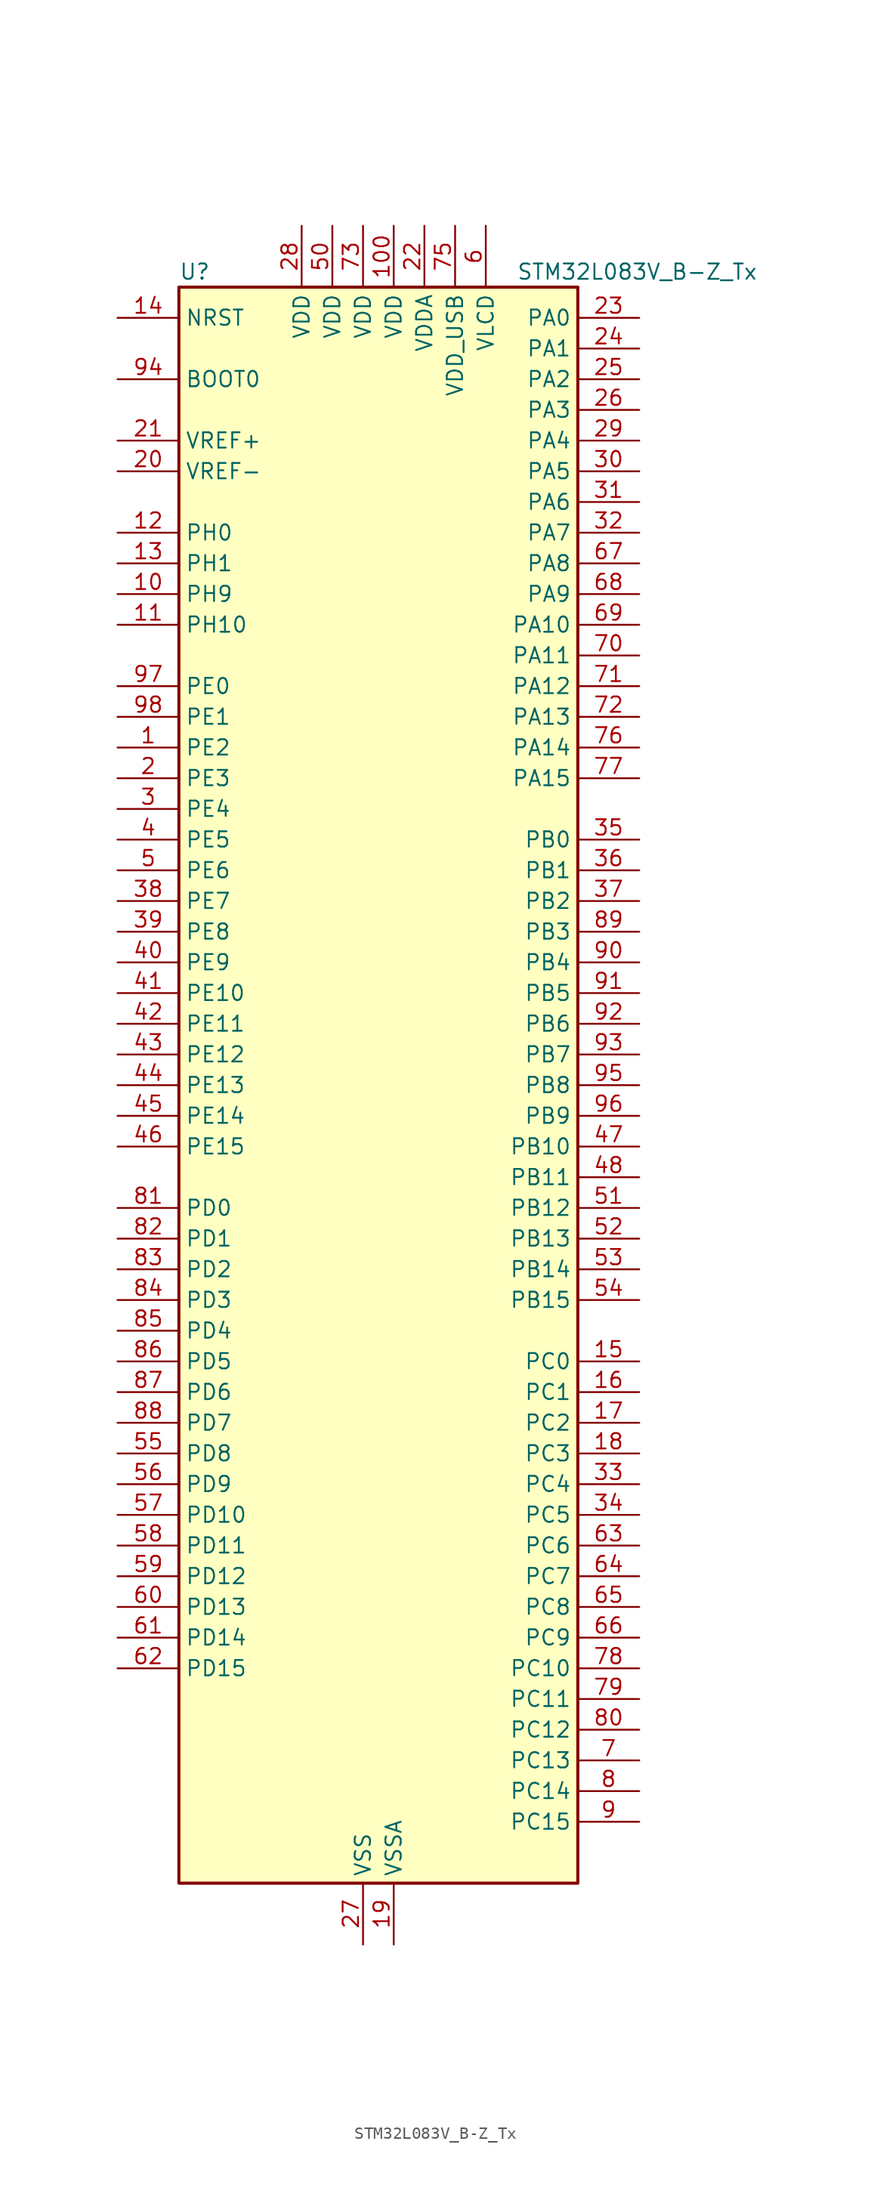
<source format=kicad_sym>
(kicad_symbol_lib
  (version 20220914)
  (generator kicad_symbol_editor)
  (symbol "STM32L083V_B-Z_Tx"
    (property "Reference" "U"
      (at -15.24 67.31 0)
      (effects (font (size 1.27 1.27)) (justify left)))
    (property "Value" "STM32L083V_B-Z_Tx"
      (at 12.7 67.31 0)
      (effects (font (size 1.27 1.27)) (justify left)))
    (property "ki_locked" ""
      (at 0 0 0)
      (effects (font (size 1.27 1.27))))
    (symbol "STM32L083V_B-Z_Tx_0_1"
      (rectangle (start -15.24 -66.04) (end 17.78 66.04) (stroke (width 0.254) (type default)) (fill (type background))))
    (symbol "STM32L083V_B-Z_Tx_1_1"
      (pin bidirectional line (at -20.32 27.94 0) (length 5.08) (name "PE2" (effects (font (size 1.27 1.27)))) (number "1" (effects (font (size 1.27 1.27)))) (alternate "LCD_SEG38" bidirectional line) (alternate "TIM3_ETR" bidirectional line))
      (pin bidirectional line (at -20.32 40.64 0) (length 5.08) (name "PH9" (effects (font (size 1.27 1.27)))) (number "10" (effects (font (size 1.27 1.27)))) (alternate "DAC_EXTI9" bidirectional line))
      (pin power_in line (at 2.54 71.12 270) (length 5.08) (name "VDD" (effects (font (size 1.27 1.27)))) (number "100" (effects (font (size 1.27 1.27)))))
      (pin bidirectional line (at -20.32 38.1 0) (length 5.08) (name "PH10" (effects (font (size 1.27 1.27)))) (number "11" (effects (font (size 1.27 1.27)))))
      (pin bidirectional line (at -20.32 45.72 0) (length 5.08) (name "PH0" (effects (font (size 1.27 1.27)))) (number "12" (effects (font (size 1.27 1.27)))) (alternate "CRS_SYNC" bidirectional line) (alternate "RCC_OSC_IN" bidirectional line))
      (pin bidirectional line (at -20.32 43.18 0) (length 5.08) (name "PH1" (effects (font (size 1.27 1.27)))) (number "13" (effects (font (size 1.27 1.27)))) (alternate "RCC_OSC_OUT" bidirectional line))
      (pin input line (at -20.32 63.5 0) (length 5.08) (name "NRST" (effects (font (size 1.27 1.27)))) (number "14" (effects (font (size 1.27 1.27)))))
      (pin bidirectional line (at 22.86 -22.86 180) (length 5.08) (name "PC0" (effects (font (size 1.27 1.27)))) (number "15" (effects (font (size 1.27 1.27)))) (alternate "ADC_IN10" bidirectional line) (alternate "I2C3_SCL" bidirectional line) (alternate "LCD_SEG18" bidirectional line) (alternate "LPTIM1_IN1" bidirectional line) (alternate "LPUART1_RX" bidirectional line) (alternate "TSC_G7_IO1" bidirectional line))
      (pin bidirectional line (at 22.86 -25.4 180) (length 5.08) (name "PC1" (effects (font (size 1.27 1.27)))) (number "16" (effects (font (size 1.27 1.27)))) (alternate "ADC_IN11" bidirectional line) (alternate "I2C3_SDA" bidirectional line) (alternate "LCD_SEG19" bidirectional line) (alternate "LPTIM1_OUT" bidirectional line) (alternate "LPUART1_TX" bidirectional line) (alternate "TSC_G7_IO2" bidirectional line))
      (pin bidirectional line (at 22.86 -27.94 180) (length 5.08) (name "PC2" (effects (font (size 1.27 1.27)))) (number "17" (effects (font (size 1.27 1.27)))) (alternate "ADC_IN12" bidirectional line) (alternate "I2S2_MCK" bidirectional line) (alternate "LCD_SEG20" bidirectional line) (alternate "LPTIM1_IN2" bidirectional line) (alternate "SPI2_MISO" bidirectional line) (alternate "TSC_G7_IO3" bidirectional line))
      (pin bidirectional line (at 22.86 -30.48 180) (length 5.08) (name "PC3" (effects (font (size 1.27 1.27)))) (number "18" (effects (font (size 1.27 1.27)))) (alternate "ADC_IN13" bidirectional line) (alternate "I2S2_SD" bidirectional line) (alternate "LCD_SEG21" bidirectional line) (alternate "LPTIM1_ETR" bidirectional line) (alternate "SPI2_MOSI" bidirectional line) (alternate "TSC_G7_IO4" bidirectional line))
      (pin power_in line (at 2.54 -71.12 90) (length 5.08) (name "VSSA" (effects (font (size 1.27 1.27)))) (number "19" (effects (font (size 1.27 1.27)))))
      (pin bidirectional line (at -20.32 25.4 0) (length 5.08) (name "PE3" (effects (font (size 1.27 1.27)))) (number "2" (effects (font (size 1.27 1.27)))) (alternate "LCD_SEG39" bidirectional line) (alternate "TIM22_CH1" bidirectional line) (alternate "TIM3_CH1" bidirectional line))
      (pin input line (at -20.32 50.8 0) (length 5.08) (name "VREF-" (effects (font (size 1.27 1.27)))) (number "20" (effects (font (size 1.27 1.27)))))
      (pin input line (at -20.32 53.34 0) (length 5.08) (name "VREF+" (effects (font (size 1.27 1.27)))) (number "21" (effects (font (size 1.27 1.27)))))
      (pin power_in line (at 5.08 71.12 270) (length 5.08) (name "VDDA" (effects (font (size 1.27 1.27)))) (number "22" (effects (font (size 1.27 1.27)))))
      (pin bidirectional line (at 22.86 63.5 180) (length 5.08) (name "PA0" (effects (font (size 1.27 1.27)))) (number "23" (effects (font (size 1.27 1.27)))) (alternate "ADC_IN0" bidirectional line) (alternate "COMP1_INM" bidirectional line) (alternate "COMP1_OUT" bidirectional line) (alternate "RTC_TAMP2" bidirectional line) (alternate "SYS_WKUP1" bidirectional line) (alternate "TIM2_CH1" bidirectional line) (alternate "TIM2_ETR" bidirectional line) (alternate "TSC_G1_IO1" bidirectional line) (alternate "USART2_CTS" bidirectional line) (alternate "USART4_TX" bidirectional line))
      (pin bidirectional line (at 22.86 60.96 180) (length 5.08) (name "PA1" (effects (font (size 1.27 1.27)))) (number "24" (effects (font (size 1.27 1.27)))) (alternate "ADC_IN1" bidirectional line) (alternate "COMP1_INP" bidirectional line) (alternate "LCD_SEG0" bidirectional line) (alternate "TIM21_ETR" bidirectional line) (alternate "TIM2_CH2" bidirectional line) (alternate "TSC_G1_IO2" bidirectional line) (alternate "USART2_DE" bidirectional line) (alternate "USART2_RTS" bidirectional line) (alternate "USART4_RX" bidirectional line))
      (pin bidirectional line (at 22.86 58.42 180) (length 5.08) (name "PA2" (effects (font (size 1.27 1.27)))) (number "25" (effects (font (size 1.27 1.27)))) (alternate "ADC_IN2" bidirectional line) (alternate "COMP2_INM" bidirectional line) (alternate "COMP2_OUT" bidirectional line) (alternate "LCD_SEG1" bidirectional line) (alternate "LPUART1_TX" bidirectional line) (alternate "TIM21_CH1" bidirectional line) (alternate "TIM2_CH3" bidirectional line) (alternate "TSC_G1_IO3" bidirectional line) (alternate "USART2_TX" bidirectional line))
      (pin bidirectional line (at 22.86 55.88 180) (length 5.08) (name "PA3" (effects (font (size 1.27 1.27)))) (number "26" (effects (font (size 1.27 1.27)))) (alternate "ADC_IN3" bidirectional line) (alternate "COMP2_INP" bidirectional line) (alternate "LCD_SEG2" bidirectional line) (alternate "LPUART1_RX" bidirectional line) (alternate "TIM21_CH2" bidirectional line) (alternate "TIM2_CH4" bidirectional line) (alternate "TSC_G1_IO4" bidirectional line) (alternate "USART2_RX" bidirectional line))
      (pin power_in line (at 0 -71.12 90) (length 5.08) (name "VSS" (effects (font (size 1.27 1.27)))) (number "27" (effects (font (size 1.27 1.27)))))
      (pin power_in line (at -5.08 71.12 270) (length 5.08) (name "VDD" (effects (font (size 1.27 1.27)))) (number "28" (effects (font (size 1.27 1.27)))))
      (pin bidirectional line (at 22.86 53.34 180) (length 5.08) (name "PA4" (effects (font (size 1.27 1.27)))) (number "29" (effects (font (size 1.27 1.27)))) (alternate "ADC_IN4" bidirectional line) (alternate "COMP1_INM" bidirectional line) (alternate "COMP2_INM" bidirectional line) (alternate "DAC_OUT1" bidirectional line) (alternate "SPI1_NSS" bidirectional line) (alternate "TIM22_ETR" bidirectional line) (alternate "TSC_G2_IO1" bidirectional line) (alternate "USART2_CK" bidirectional line))
      (pin bidirectional line (at -20.32 22.86 0) (length 5.08) (name "PE4" (effects (font (size 1.27 1.27)))) (number "3" (effects (font (size 1.27 1.27)))) (alternate "TIM22_CH2" bidirectional line) (alternate "TIM3_CH2" bidirectional line))
      (pin bidirectional line (at 22.86 50.8 180) (length 5.08) (name "PA5" (effects (font (size 1.27 1.27)))) (number "30" (effects (font (size 1.27 1.27)))) (alternate "ADC_IN5" bidirectional line) (alternate "COMP1_INM" bidirectional line) (alternate "COMP2_INM" bidirectional line) (alternate "DAC_OUT2" bidirectional line) (alternate "SPI1_SCK" bidirectional line) (alternate "TIM2_CH1" bidirectional line) (alternate "TIM2_ETR" bidirectional line) (alternate "TSC_G2_IO2" bidirectional line))
      (pin bidirectional line (at 22.86 48.26 180) (length 5.08) (name "PA6" (effects (font (size 1.27 1.27)))) (number "31" (effects (font (size 1.27 1.27)))) (alternate "ADC_IN6" bidirectional line) (alternate "COMP1_OUT" bidirectional line) (alternate "LCD_SEG3" bidirectional line) (alternate "LPUART1_CTS" bidirectional line) (alternate "SPI1_MISO" bidirectional line) (alternate "TIM22_CH1" bidirectional line) (alternate "TIM3_CH1" bidirectional line) (alternate "TSC_G2_IO3" bidirectional line))
      (pin bidirectional line (at 22.86 45.72 180) (length 5.08) (name "PA7" (effects (font (size 1.27 1.27)))) (number "32" (effects (font (size 1.27 1.27)))) (alternate "ADC_IN7" bidirectional line) (alternate "COMP2_OUT" bidirectional line) (alternate "LCD_SEG4" bidirectional line) (alternate "SPI1_MOSI" bidirectional line) (alternate "TIM22_CH2" bidirectional line) (alternate "TIM3_CH2" bidirectional line) (alternate "TSC_G2_IO4" bidirectional line))
      (pin bidirectional line (at 22.86 -33.02 180) (length 5.08) (name "PC4" (effects (font (size 1.27 1.27)))) (number "33" (effects (font (size 1.27 1.27)))) (alternate "ADC_IN14" bidirectional line) (alternate "LCD_SEG22" bidirectional line) (alternate "LPUART1_TX" bidirectional line))
      (pin bidirectional line (at 22.86 -35.56 180) (length 5.08) (name "PC5" (effects (font (size 1.27 1.27)))) (number "34" (effects (font (size 1.27 1.27)))) (alternate "ADC_IN15" bidirectional line) (alternate "LCD_SEG23" bidirectional line) (alternate "LPUART1_RX" bidirectional line) (alternate "TSC_G3_IO1" bidirectional line))
      (pin bidirectional line (at 22.86 20.32 180) (length 5.08) (name "PB0" (effects (font (size 1.27 1.27)))) (number "35" (effects (font (size 1.27 1.27)))) (alternate "ADC_IN8" bidirectional line) (alternate "LCD_SEG5" bidirectional line) (alternate "LCD_VLCD3" bidirectional line) (alternate "SYS_VREF_OUT_PB0" bidirectional line) (alternate "TIM3_CH3" bidirectional line) (alternate "TSC_G3_IO2" bidirectional line))
      (pin bidirectional line (at 22.86 17.78 180) (length 5.08) (name "PB1" (effects (font (size 1.27 1.27)))) (number "36" (effects (font (size 1.27 1.27)))) (alternate "ADC_IN9" bidirectional line) (alternate "LCD_SEG6" bidirectional line) (alternate "LPUART1_DE" bidirectional line) (alternate "LPUART1_RTS" bidirectional line) (alternate "SYS_VREF_OUT_PB1" bidirectional line) (alternate "TIM3_CH4" bidirectional line) (alternate "TSC_G3_IO3" bidirectional line))
      (pin bidirectional line (at 22.86 15.24 180) (length 5.08) (name "PB2" (effects (font (size 1.27 1.27)))) (number "37" (effects (font (size 1.27 1.27)))) (alternate "I2C3_SMBA" bidirectional line) (alternate "LCD_VLCD2" bidirectional line) (alternate "LPTIM1_OUT" bidirectional line) (alternate "TSC_G3_IO4" bidirectional line))
      (pin bidirectional line (at -20.32 15.24 0) (length 5.08) (name "PE7" (effects (font (size 1.27 1.27)))) (number "38" (effects (font (size 1.27 1.27)))) (alternate "LCD_SEG45" bidirectional line) (alternate "USART5_CK" bidirectional line) (alternate "USART5_DE" bidirectional line) (alternate "USART5_RTS" bidirectional line))
      (pin bidirectional line (at -20.32 12.7 0) (length 5.08) (name "PE8" (effects (font (size 1.27 1.27)))) (number "39" (effects (font (size 1.27 1.27)))) (alternate "LCD_SEG46" bidirectional line) (alternate "USART4_TX" bidirectional line))
      (pin bidirectional line (at -20.32 20.32 0) (length 5.08) (name "PE5" (effects (font (size 1.27 1.27)))) (number "4" (effects (font (size 1.27 1.27)))) (alternate "TIM21_CH1" bidirectional line) (alternate "TIM3_CH3" bidirectional line))
      (pin bidirectional line (at -20.32 10.16 0) (length 5.08) (name "PE9" (effects (font (size 1.27 1.27)))) (number "40" (effects (font (size 1.27 1.27)))) (alternate "DAC_EXTI9" bidirectional line) (alternate "LCD_SEG47" bidirectional line) (alternate "TIM2_CH1" bidirectional line) (alternate "TIM2_ETR" bidirectional line) (alternate "USART4_RX" bidirectional line))
      (pin bidirectional line (at -20.32 7.62 0) (length 5.08) (name "PE10" (effects (font (size 1.27 1.27)))) (number "41" (effects (font (size 1.27 1.27)))) (alternate "LCD_SEG40" bidirectional line) (alternate "TIM2_CH2" bidirectional line) (alternate "USART5_TX" bidirectional line))
      (pin bidirectional line (at -20.32 5.08 0) (length 5.08) (name "PE11" (effects (font (size 1.27 1.27)))) (number "42" (effects (font (size 1.27 1.27)))) (alternate "ADC_EXTI11" bidirectional line) (alternate "LCD_VLCD1" bidirectional line) (alternate "TIM2_CH3" bidirectional line) (alternate "USART5_RX" bidirectional line))
      (pin bidirectional line (at -20.32 2.54 0) (length 5.08) (name "PE12" (effects (font (size 1.27 1.27)))) (number "43" (effects (font (size 1.27 1.27)))) (alternate "LCD_VLCD3" bidirectional line) (alternate "SPI1_NSS" bidirectional line) (alternate "TIM2_CH4" bidirectional line))
      (pin bidirectional line (at -20.32 0 0) (length 5.08) (name "PE13" (effects (font (size 1.27 1.27)))) (number "44" (effects (font (size 1.27 1.27)))) (alternate "LCD_SEG41" bidirectional line) (alternate "SPI1_SCK" bidirectional line))
      (pin bidirectional line (at -20.32 -2.54 0) (length 5.08) (name "PE14" (effects (font (size 1.27 1.27)))) (number "45" (effects (font (size 1.27 1.27)))) (alternate "LCD_SEG42" bidirectional line) (alternate "SPI1_MISO" bidirectional line))
      (pin bidirectional line (at -20.32 -5.08 0) (length 5.08) (name "PE15" (effects (font (size 1.27 1.27)))) (number "46" (effects (font (size 1.27 1.27)))) (alternate "LCD_SEG43" bidirectional line) (alternate "SPI1_MOSI" bidirectional line))
      (pin bidirectional line (at 22.86 -5.08 180) (length 5.08) (name "PB10" (effects (font (size 1.27 1.27)))) (number "47" (effects (font (size 1.27 1.27)))) (alternate "I2C2_SCL" bidirectional line) (alternate "LCD_SEG10" bidirectional line) (alternate "LPUART1_RX" bidirectional line) (alternate "LPUART1_TX" bidirectional line) (alternate "SPI2_SCK" bidirectional line) (alternate "TIM2_CH3" bidirectional line) (alternate "TSC_SYNC" bidirectional line))
      (pin bidirectional line (at 22.86 -7.62 180) (length 5.08) (name "PB11" (effects (font (size 1.27 1.27)))) (number "48" (effects (font (size 1.27 1.27)))) (alternate "ADC_EXTI11" bidirectional line) (alternate "I2C2_SDA" bidirectional line) (alternate "LCD_SEG11" bidirectional line) (alternate "LPUART1_RX" bidirectional line) (alternate "LPUART1_TX" bidirectional line) (alternate "TIM2_CH4" bidirectional line) (alternate "TSC_G6_IO1" bidirectional line))
      (pin passive line (at 0 -71.12 90) (length 5.08) hide (name "VSS" (effects (font (size 1.27 1.27)))) (number "49" (effects (font (size 1.27 1.27)))))
      (pin bidirectional line (at -20.32 17.78 0) (length 5.08) (name "PE6" (effects (font (size 1.27 1.27)))) (number "5" (effects (font (size 1.27 1.27)))) (alternate "RTC_TAMP3" bidirectional line) (alternate "SYS_WKUP3" bidirectional line) (alternate "TIM21_CH2" bidirectional line) (alternate "TIM3_CH4" bidirectional line))
      (pin power_in line (at -2.54 71.12 270) (length 5.08) (name "VDD" (effects (font (size 1.27 1.27)))) (number "50" (effects (font (size 1.27 1.27)))))
      (pin bidirectional line (at 22.86 -10.16 180) (length 5.08) (name "PB12" (effects (font (size 1.27 1.27)))) (number "51" (effects (font (size 1.27 1.27)))) (alternate "I2S2_WS" bidirectional line) (alternate "LCD_SEG12" bidirectional line) (alternate "LCD_VLCD2" bidirectional line) (alternate "LPUART1_DE" bidirectional line) (alternate "LPUART1_RTS" bidirectional line) (alternate "SPI2_NSS" bidirectional line) (alternate "TSC_G6_IO2" bidirectional line))
      (pin bidirectional line (at 22.86 -12.7 180) (length 5.08) (name "PB13" (effects (font (size 1.27 1.27)))) (number "52" (effects (font (size 1.27 1.27)))) (alternate "I2C2_SCL" bidirectional line) (alternate "I2S2_CK" bidirectional line) (alternate "LCD_SEG13" bidirectional line) (alternate "LPUART1_CTS" bidirectional line) (alternate "RCC_MCO" bidirectional line) (alternate "SPI2_SCK" bidirectional line) (alternate "TIM21_CH1" bidirectional line) (alternate "TSC_G6_IO3" bidirectional line))
      (pin bidirectional line (at 22.86 -15.24 180) (length 5.08) (name "PB14" (effects (font (size 1.27 1.27)))) (number "53" (effects (font (size 1.27 1.27)))) (alternate "I2C2_SDA" bidirectional line) (alternate "I2S2_MCK" bidirectional line) (alternate "LCD_SEG14" bidirectional line) (alternate "LPUART1_DE" bidirectional line) (alternate "LPUART1_RTS" bidirectional line) (alternate "RTC_OUT_ALARM" bidirectional line) (alternate "RTC_OUT_CALIB" bidirectional line) (alternate "SPI2_MISO" bidirectional line) (alternate "TIM21_CH2" bidirectional line) (alternate "TSC_G6_IO4" bidirectional line))
      (pin bidirectional line (at 22.86 -17.78 180) (length 5.08) (name "PB15" (effects (font (size 1.27 1.27)))) (number "54" (effects (font (size 1.27 1.27)))) (alternate "I2S2_SD" bidirectional line) (alternate "LCD_SEG15" bidirectional line) (alternate "RTC_REFIN" bidirectional line) (alternate "SPI2_MOSI" bidirectional line))
      (pin bidirectional line (at -20.32 -30.48 0) (length 5.08) (name "PD8" (effects (font (size 1.27 1.27)))) (number "55" (effects (font (size 1.27 1.27)))) (alternate "LCD_SEG28" bidirectional line) (alternate "LPUART1_TX" bidirectional line))
      (pin bidirectional line (at -20.32 -33.02 0) (length 5.08) (name "PD9" (effects (font (size 1.27 1.27)))) (number "56" (effects (font (size 1.27 1.27)))) (alternate "DAC_EXTI9" bidirectional line) (alternate "LCD_SEG29" bidirectional line) (alternate "LPUART1_RX" bidirectional line))
      (pin bidirectional line (at -20.32 -35.56 0) (length 5.08) (name "PD10" (effects (font (size 1.27 1.27)))) (number "57" (effects (font (size 1.27 1.27)))) (alternate "LCD_SEG30" bidirectional line))
      (pin bidirectional line (at -20.32 -38.1 0) (length 5.08) (name "PD11" (effects (font (size 1.27 1.27)))) (number "58" (effects (font (size 1.27 1.27)))) (alternate "ADC_EXTI11" bidirectional line) (alternate "LCD_SEG31" bidirectional line) (alternate "LPUART1_CTS" bidirectional line))
      (pin bidirectional line (at -20.32 -40.64 0) (length 5.08) (name "PD12" (effects (font (size 1.27 1.27)))) (number "59" (effects (font (size 1.27 1.27)))) (alternate "LCD_SEG32" bidirectional line) (alternate "LPUART1_DE" bidirectional line) (alternate "LPUART1_RTS" bidirectional line))
      (pin power_in line (at 10.16 71.12 270) (length 5.08) (name "VLCD" (effects (font (size 1.27 1.27)))) (number "6" (effects (font (size 1.27 1.27)))))
      (pin bidirectional line (at -20.32 -43.18 0) (length 5.08) (name "PD13" (effects (font (size 1.27 1.27)))) (number "60" (effects (font (size 1.27 1.27)))) (alternate "LCD_SEG33" bidirectional line))
      (pin bidirectional line (at -20.32 -45.72 0) (length 5.08) (name "PD14" (effects (font (size 1.27 1.27)))) (number "61" (effects (font (size 1.27 1.27)))) (alternate "LCD_SEG34" bidirectional line))
      (pin bidirectional line (at -20.32 -48.26 0) (length 5.08) (name "PD15" (effects (font (size 1.27 1.27)))) (number "62" (effects (font (size 1.27 1.27)))) (alternate "CRS_SYNC" bidirectional line) (alternate "LCD_SEG35" bidirectional line))
      (pin bidirectional line (at 22.86 -38.1 180) (length 5.08) (name "PC6" (effects (font (size 1.27 1.27)))) (number "63" (effects (font (size 1.27 1.27)))) (alternate "LCD_SEG24" bidirectional line) (alternate "TIM22_CH1" bidirectional line) (alternate "TIM3_CH1" bidirectional line) (alternate "TSC_G8_IO1" bidirectional line))
      (pin bidirectional line (at 22.86 -40.64 180) (length 5.08) (name "PC7" (effects (font (size 1.27 1.27)))) (number "64" (effects (font (size 1.27 1.27)))) (alternate "LCD_SEG25" bidirectional line) (alternate "TIM22_CH2" bidirectional line) (alternate "TIM3_CH2" bidirectional line) (alternate "TSC_G8_IO2" bidirectional line))
      (pin bidirectional line (at 22.86 -43.18 180) (length 5.08) (name "PC8" (effects (font (size 1.27 1.27)))) (number "65" (effects (font (size 1.27 1.27)))) (alternate "LCD_SEG26" bidirectional line) (alternate "TIM22_ETR" bidirectional line) (alternate "TIM3_CH3" bidirectional line) (alternate "TSC_G8_IO3" bidirectional line))
      (pin bidirectional line (at 22.86 -45.72 180) (length 5.08) (name "PC9" (effects (font (size 1.27 1.27)))) (number "66" (effects (font (size 1.27 1.27)))) (alternate "DAC_EXTI9" bidirectional line) (alternate "I2C3_SDA" bidirectional line) (alternate "LCD_SEG27" bidirectional line) (alternate "TIM21_ETR" bidirectional line) (alternate "TIM3_CH4" bidirectional line) (alternate "TSC_G8_IO4" bidirectional line) (alternate "USB_NOE" bidirectional line))
      (pin bidirectional line (at 22.86 43.18 180) (length 5.08) (name "PA8" (effects (font (size 1.27 1.27)))) (number "67" (effects (font (size 1.27 1.27)))) (alternate "CRS_SYNC" bidirectional line) (alternate "I2C3_SCL" bidirectional line) (alternate "LCD_COM0" bidirectional line) (alternate "RCC_MCO" bidirectional line) (alternate "USART1_CK" bidirectional line))
      (pin bidirectional line (at 22.86 40.64 180) (length 5.08) (name "PA9" (effects (font (size 1.27 1.27)))) (number "68" (effects (font (size 1.27 1.27)))) (alternate "DAC_EXTI9" bidirectional line) (alternate "I2C1_SCL" bidirectional line) (alternate "I2C3_SMBA" bidirectional line) (alternate "LCD_COM1" bidirectional line) (alternate "RCC_MCO" bidirectional line) (alternate "TSC_G4_IO1" bidirectional line) (alternate "USART1_TX" bidirectional line))
      (pin bidirectional line (at 22.86 38.1 180) (length 5.08) (name "PA10" (effects (font (size 1.27 1.27)))) (number "69" (effects (font (size 1.27 1.27)))) (alternate "I2C1_SDA" bidirectional line) (alternate "LCD_COM2" bidirectional line) (alternate "TSC_G4_IO2" bidirectional line) (alternate "USART1_RX" bidirectional line))
      (pin bidirectional line (at 22.86 -55.88 180) (length 5.08) (name "PC13" (effects (font (size 1.27 1.27)))) (number "7" (effects (font (size 1.27 1.27)))) (alternate "RTC_OUT_ALARM" bidirectional line) (alternate "RTC_OUT_CALIB" bidirectional line) (alternate "RTC_TAMP1" bidirectional line) (alternate "RTC_TS" bidirectional line) (alternate "SYS_WKUP2" bidirectional line))
      (pin bidirectional line (at 22.86 35.56 180) (length 5.08) (name "PA11" (effects (font (size 1.27 1.27)))) (number "70" (effects (font (size 1.27 1.27)))) (alternate "ADC_EXTI11" bidirectional line) (alternate "COMP1_OUT" bidirectional line) (alternate "SPI1_MISO" bidirectional line) (alternate "TSC_G4_IO3" bidirectional line) (alternate "USART1_CTS" bidirectional line) (alternate "USB_DM" bidirectional line))
      (pin bidirectional line (at 22.86 33.02 180) (length 5.08) (name "PA12" (effects (font (size 1.27 1.27)))) (number "71" (effects (font (size 1.27 1.27)))) (alternate "COMP2_OUT" bidirectional line) (alternate "SPI1_MOSI" bidirectional line) (alternate "TSC_G4_IO4" bidirectional line) (alternate "USART1_DE" bidirectional line) (alternate "USART1_RTS" bidirectional line) (alternate "USB_DP" bidirectional line))
      (pin bidirectional line (at 22.86 30.48 180) (length 5.08) (name "PA13" (effects (font (size 1.27 1.27)))) (number "72" (effects (font (size 1.27 1.27)))) (alternate "LPUART1_RX" bidirectional line) (alternate "SYS_SWDIO" bidirectional line) (alternate "USB_NOE" bidirectional line))
      (pin power_in line (at 0 71.12 270) (length 5.08) (name "VDD" (effects (font (size 1.27 1.27)))) (number "73" (effects (font (size 1.27 1.27)))))
      (pin passive line (at 0 -71.12 90) (length 5.08) hide (name "VSS" (effects (font (size 1.27 1.27)))) (number "74" (effects (font (size 1.27 1.27)))))
      (pin power_in line (at 7.62 71.12 270) (length 5.08) (name "VDD_USB" (effects (font (size 1.27 1.27)))) (number "75" (effects (font (size 1.27 1.27)))))
      (pin bidirectional line (at 22.86 27.94 180) (length 5.08) (name "PA14" (effects (font (size 1.27 1.27)))) (number "76" (effects (font (size 1.27 1.27)))) (alternate "LPUART1_TX" bidirectional line) (alternate "SYS_SWCLK" bidirectional line) (alternate "USART2_TX" bidirectional line))
      (pin bidirectional line (at 22.86 25.4 180) (length 5.08) (name "PA15" (effects (font (size 1.27 1.27)))) (number "77" (effects (font (size 1.27 1.27)))) (alternate "LCD_SEG17" bidirectional line) (alternate "SPI1_NSS" bidirectional line) (alternate "TIM2_CH1" bidirectional line) (alternate "TIM2_ETR" bidirectional line) (alternate "USART2_RX" bidirectional line) (alternate "USART4_DE" bidirectional line) (alternate "USART4_RTS" bidirectional line))
      (pin bidirectional line (at 22.86 -48.26 180) (length 5.08) (name "PC10" (effects (font (size 1.27 1.27)))) (number "78" (effects (font (size 1.27 1.27)))) (alternate "LCD_COM4" bidirectional line) (alternate "LCD_SEG28" bidirectional line) (alternate "LCD_SEG48" bidirectional line) (alternate "LPUART1_TX" bidirectional line) (alternate "USART4_TX" bidirectional line))
      (pin bidirectional line (at 22.86 -50.8 180) (length 5.08) (name "PC11" (effects (font (size 1.27 1.27)))) (number "79" (effects (font (size 1.27 1.27)))) (alternate "ADC_EXTI11" bidirectional line) (alternate "LCD_COM5" bidirectional line) (alternate "LCD_SEG29" bidirectional line) (alternate "LCD_SEG49" bidirectional line) (alternate "LPUART1_RX" bidirectional line) (alternate "USART4_RX" bidirectional line))
      (pin bidirectional line (at 22.86 -58.42 180) (length 5.08) (name "PC14" (effects (font (size 1.27 1.27)))) (number "8" (effects (font (size 1.27 1.27)))) (alternate "RCC_OSC32_IN" bidirectional line))
      (pin bidirectional line (at 22.86 -53.34 180) (length 5.08) (name "PC12" (effects (font (size 1.27 1.27)))) (number "80" (effects (font (size 1.27 1.27)))) (alternate "LCD_COM6" bidirectional line) (alternate "LCD_SEG30" bidirectional line) (alternate "LCD_SEG50" bidirectional line) (alternate "USART4_CK" bidirectional line) (alternate "USART5_TX" bidirectional line))
      (pin bidirectional line (at -20.32 -10.16 0) (length 5.08) (name "PD0" (effects (font (size 1.27 1.27)))) (number "81" (effects (font (size 1.27 1.27)))) (alternate "I2S2_WS" bidirectional line) (alternate "SPI2_NSS" bidirectional line) (alternate "TIM21_CH1" bidirectional line))
      (pin bidirectional line (at -20.32 -12.7 0) (length 5.08) (name "PD1" (effects (font (size 1.27 1.27)))) (number "82" (effects (font (size 1.27 1.27)))) (alternate "I2S2_CK" bidirectional line) (alternate "SPI2_SCK" bidirectional line))
      (pin bidirectional line (at -20.32 -15.24 0) (length 5.08) (name "PD2" (effects (font (size 1.27 1.27)))) (number "83" (effects (font (size 1.27 1.27)))) (alternate "LCD_COM7" bidirectional line) (alternate "LCD_SEG31" bidirectional line) (alternate "LCD_SEG51" bidirectional line) (alternate "LPUART1_DE" bidirectional line) (alternate "LPUART1_RTS" bidirectional line) (alternate "TIM3_ETR" bidirectional line) (alternate "USART5_RX" bidirectional line))
      (pin bidirectional line (at -20.32 -17.78 0) (length 5.08) (name "PD3" (effects (font (size 1.27 1.27)))) (number "84" (effects (font (size 1.27 1.27)))) (alternate "I2S2_MCK" bidirectional line) (alternate "LCD_SEG44" bidirectional line) (alternate "SPI2_MISO" bidirectional line) (alternate "USART2_CTS" bidirectional line))
      (pin bidirectional line (at -20.32 -20.32 0) (length 5.08) (name "PD4" (effects (font (size 1.27 1.27)))) (number "85" (effects (font (size 1.27 1.27)))) (alternate "I2S2_SD" bidirectional line) (alternate "SPI2_MOSI" bidirectional line) (alternate "USART2_DE" bidirectional line) (alternate "USART2_RTS" bidirectional line))
      (pin bidirectional line (at -20.32 -22.86 0) (length 5.08) (name "PD5" (effects (font (size 1.27 1.27)))) (number "86" (effects (font (size 1.27 1.27)))) (alternate "USART2_TX" bidirectional line))
      (pin bidirectional line (at -20.32 -25.4 0) (length 5.08) (name "PD6" (effects (font (size 1.27 1.27)))) (number "87" (effects (font (size 1.27 1.27)))) (alternate "USART2_RX" bidirectional line))
      (pin bidirectional line (at -20.32 -27.94 0) (length 5.08) (name "PD7" (effects (font (size 1.27 1.27)))) (number "88" (effects (font (size 1.27 1.27)))) (alternate "TIM21_CH2" bidirectional line) (alternate "USART2_CK" bidirectional line))
      (pin bidirectional line (at 22.86 12.7 180) (length 5.08) (name "PB3" (effects (font (size 1.27 1.27)))) (number "89" (effects (font (size 1.27 1.27)))) (alternate "COMP2_INM" bidirectional line) (alternate "LCD_SEG7" bidirectional line) (alternate "SPI1_SCK" bidirectional line) (alternate "TIM2_CH2" bidirectional line) (alternate "TSC_G5_IO1" bidirectional line) (alternate "USART1_DE" bidirectional line) (alternate "USART1_RTS" bidirectional line) (alternate "USART5_TX" bidirectional line))
      (pin bidirectional line (at 22.86 -60.96 180) (length 5.08) (name "PC15" (effects (font (size 1.27 1.27)))) (number "9" (effects (font (size 1.27 1.27)))) (alternate "RCC_OSC32_OUT" bidirectional line))
      (pin bidirectional line (at 22.86 10.16 180) (length 5.08) (name "PB4" (effects (font (size 1.27 1.27)))) (number "90" (effects (font (size 1.27 1.27)))) (alternate "COMP2_INP" bidirectional line) (alternate "I2C3_SDA" bidirectional line) (alternate "LCD_SEG8" bidirectional line) (alternate "SPI1_MISO" bidirectional line) (alternate "TIM22_CH1" bidirectional line) (alternate "TIM3_CH1" bidirectional line) (alternate "TSC_G5_IO2" bidirectional line) (alternate "USART1_CTS" bidirectional line) (alternate "USART5_RX" bidirectional line))
      (pin bidirectional line (at 22.86 7.62 180) (length 5.08) (name "PB5" (effects (font (size 1.27 1.27)))) (number "91" (effects (font (size 1.27 1.27)))) (alternate "COMP2_INP" bidirectional line) (alternate "I2C1_SMBA" bidirectional line) (alternate "LCD_SEG9" bidirectional line) (alternate "LPTIM1_IN1" bidirectional line) (alternate "SPI1_MOSI" bidirectional line) (alternate "TIM22_CH2" bidirectional line) (alternate "TIM3_CH2" bidirectional line) (alternate "USART1_CK" bidirectional line) (alternate "USART5_CK" bidirectional line) (alternate "USART5_DE" bidirectional line) (alternate "USART5_RTS" bidirectional line))
      (pin bidirectional line (at 22.86 5.08 180) (length 5.08) (name "PB6" (effects (font (size 1.27 1.27)))) (number "92" (effects (font (size 1.27 1.27)))) (alternate "COMP2_INP" bidirectional line) (alternate "I2C1_SCL" bidirectional line) (alternate "LPTIM1_ETR" bidirectional line) (alternate "TSC_G5_IO3" bidirectional line) (alternate "USART1_TX" bidirectional line))
      (pin bidirectional line (at 22.86 2.54 180) (length 5.08) (name "PB7" (effects (font (size 1.27 1.27)))) (number "93" (effects (font (size 1.27 1.27)))) (alternate "COMP2_INP" bidirectional line) (alternate "I2C1_SDA" bidirectional line) (alternate "LPTIM1_IN2" bidirectional line) (alternate "SYS_PVD_IN" bidirectional line) (alternate "TSC_G5_IO4" bidirectional line) (alternate "USART1_RX" bidirectional line) (alternate "USART4_CTS" bidirectional line))
      (pin input line (at -20.32 58.42 0) (length 5.08) (name "BOOT0" (effects (font (size 1.27 1.27)))) (number "94" (effects (font (size 1.27 1.27)))))
      (pin bidirectional line (at 22.86 0 180) (length 5.08) (name "PB8" (effects (font (size 1.27 1.27)))) (number "95" (effects (font (size 1.27 1.27)))) (alternate "I2C1_SCL" bidirectional line) (alternate "LCD_SEG16" bidirectional line) (alternate "TSC_SYNC" bidirectional line))
      (pin bidirectional line (at 22.86 -2.54 180) (length 5.08) (name "PB9" (effects (font (size 1.27 1.27)))) (number "96" (effects (font (size 1.27 1.27)))) (alternate "DAC_EXTI9" bidirectional line) (alternate "I2C1_SDA" bidirectional line) (alternate "I2S2_WS" bidirectional line) (alternate "LCD_COM3" bidirectional line) (alternate "SPI2_NSS" bidirectional line))
      (pin bidirectional line (at -20.32 33.02 0) (length 5.08) (name "PE0" (effects (font (size 1.27 1.27)))) (number "97" (effects (font (size 1.27 1.27)))) (alternate "LCD_SEG36" bidirectional line))
      (pin bidirectional line (at -20.32 30.48 0) (length 5.08) (name "PE1" (effects (font (size 1.27 1.27)))) (number "98" (effects (font (size 1.27 1.27)))) (alternate "LCD_SEG37" bidirectional line))
      (pin passive line (at 0 -71.12 90) (length 5.08) hide (name "VSS" (effects (font (size 1.27 1.27)))) (number "99" (effects (font (size 1.27 1.27))))))))
</source>
